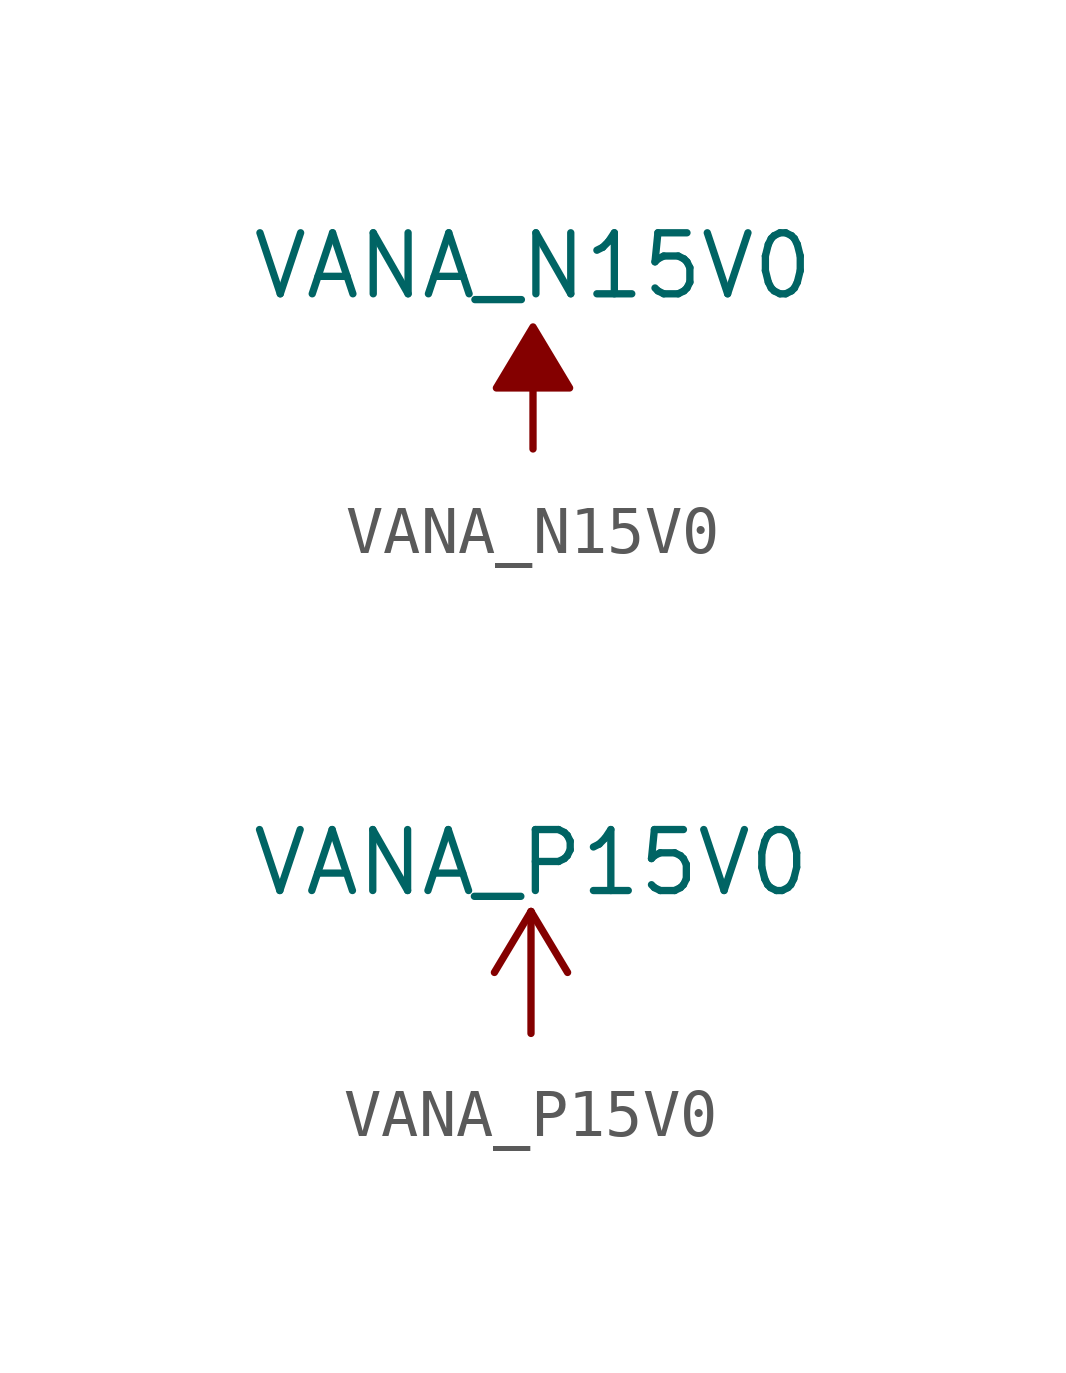
<source format=kicad_sym>
(kicad_symbol_lib
  (version 20211014)
  (generator kicad_symbol_editor)
  (symbol "VANA_N15V0"
    (power)
    (pin_names
      (offset 0))
    (property "Reference" "#PWR"
      (at 0 2.54 0)
      (effects (font (size 1.27 1.27)) hide))
    (property "Value" "VANA_N15V0"
      (at 0 3.81 0)
      (effects (font (size 1.27 1.27))))
    (symbol "VANA_N15V0_0_0"
      (pin power_in line (at 0 0 90) (length 0) hide (name "VANA_N15V0" (effects (font (size 1.27 1.27)))) (number "1" (effects (font (size 1.27 1.27))))))
    (symbol "VANA_N15V0_0_1"
      (polyline (pts (xy 0 0) (xy 0 1.27) (xy 0.762 1.27) (xy 0 2.54) (xy -0.762 1.27) (xy 0 1.27)) (stroke (width 0) (type default) (color 0 0 0 0)) (fill (type outline)))))
  (symbol "VANA_P15V0"
    (power)
    (pin_names
      (offset 0))
    (property "Reference" "#PWR"
      (at 0 -3.81 0)
      (effects (font (size 1.27 1.27)) hide))
    (property "Value" "VANA_P15V0"
      (at 0 3.556 0)
      (effects (font (size 1.27 1.27))))
    (symbol "VANA_P15V0_0_1"
      (polyline (pts (xy -0.762 1.27) (xy 0 2.54)) (stroke (width 0) (type default) (color 0 0 0 0)) (fill (type none)))
      (polyline (pts (xy 0 0) (xy 0 2.54)) (stroke (width 0) (type default) (color 0 0 0 0)) (fill (type none)))
      (polyline (pts (xy 0 2.54) (xy 0.762 1.27)) (stroke (width 0) (type default) (color 0 0 0 0)) (fill (type none))))
    (symbol "VANA_P15V0_1_1"
      (pin power_in line (at 0 0 90) (length 0) hide (name "VANA_P15V0" (effects (font (size 1.27 1.27)))) (number "1" (effects (font (size 1.27 1.27))))))))
</source>
